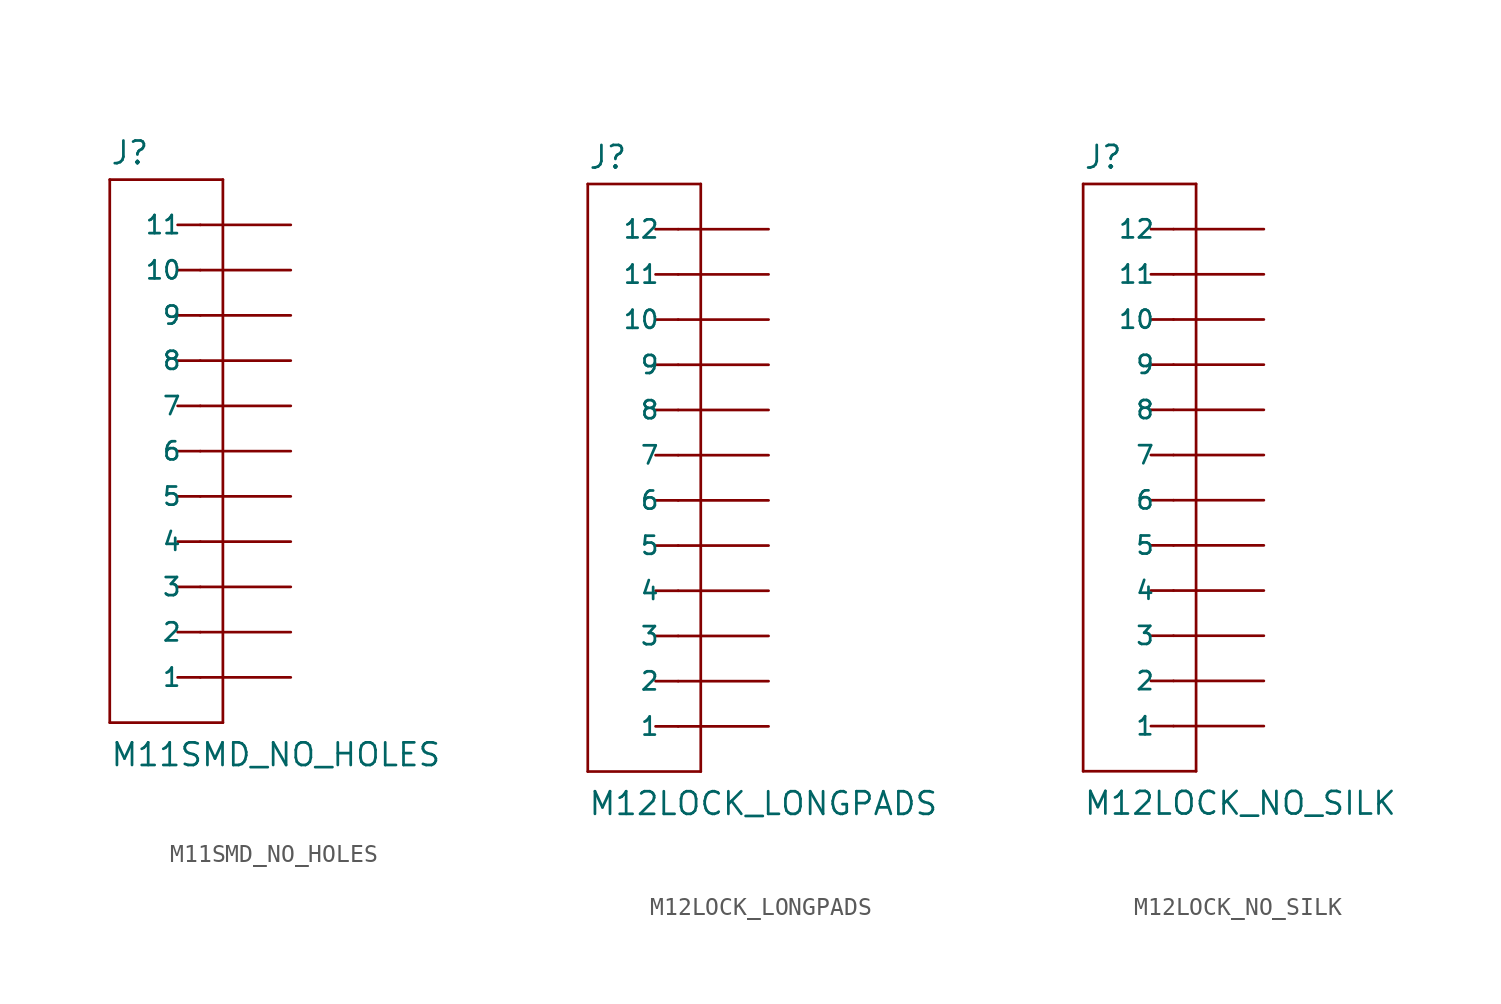
<source format=kicad_sym>
(kicad_symbol_lib
  (version 20211014)
  (generator kicad_symbol_editor)
  (symbol "M11SMD_NO_HOLES"
    (pin_numbers hide)
    (pin_names
      (offset 1.016))
    (property "Reference" "J"
      (at 0 16.002 0)
      (effects (font (size 1.27 1.27)) (justify left bottom)))
    (property "Value" "M11SMD_NO_HOLES"
      (at 0 -17.78 0)
      (effects (font (size 1.27 1.27)) (justify left bottom)))
    (property "Datasheet" ""
      (at 0 0 0)
      (effects (font (size 1.524 1.524))))
    (property "ki_locked" ""
      (at 0 0 0)
      (effects (font (size 1.27 1.27))))
    (symbol "M11SMD_NO_HOLES_1_0"
      (polyline (pts (xy 0 15.24) (xy 0 -15.24)) (stroke (width 0) (type default) (color 0 0 0 0)) (fill (type none)))
      (polyline (pts (xy 0 15.24) (xy 6.35 15.24)) (stroke (width 0) (type default) (color 0 0 0 0)) (fill (type none)))
      (polyline (pts (xy 3.81 -12.7) (xy 5.08 -12.7)) (stroke (width 0) (type default) (color 0 0 0 0)) (fill (type none)))
      (polyline (pts (xy 3.81 -10.16) (xy 5.08 -10.16)) (stroke (width 0) (type default) (color 0 0 0 0)) (fill (type none)))
      (polyline (pts (xy 3.81 -7.62) (xy 5.08 -7.62)) (stroke (width 0) (type default) (color 0 0 0 0)) (fill (type none)))
      (polyline (pts (xy 3.81 -5.08) (xy 5.08 -5.08)) (stroke (width 0) (type default) (color 0 0 0 0)) (fill (type none)))
      (polyline (pts (xy 3.81 -2.54) (xy 5.08 -2.54)) (stroke (width 0) (type default) (color 0 0 0 0)) (fill (type none)))
      (polyline (pts (xy 3.81 0) (xy 5.08 0)) (stroke (width 0) (type default) (color 0 0 0 0)) (fill (type none)))
      (polyline (pts (xy 3.81 2.54) (xy 5.08 2.54)) (stroke (width 0) (type default) (color 0 0 0 0)) (fill (type none)))
      (polyline (pts (xy 3.81 5.08) (xy 5.08 5.08)) (stroke (width 0) (type default) (color 0 0 0 0)) (fill (type none)))
      (polyline (pts (xy 3.81 7.62) (xy 5.08 7.62)) (stroke (width 0) (type default) (color 0 0 0 0)) (fill (type none)))
      (polyline (pts (xy 3.81 10.16) (xy 5.08 10.16)) (stroke (width 0) (type default) (color 0 0 0 0)) (fill (type none)))
      (polyline (pts (xy 3.81 12.7) (xy 5.08 12.7)) (stroke (width 0) (type default) (color 0 0 0 0)) (fill (type none)))
      (polyline (pts (xy 6.35 -15.24) (xy 0 -15.24)) (stroke (width 0) (type default) (color 0 0 0 0)) (fill (type none)))
      (polyline (pts (xy 6.35 -15.24) (xy 6.35 15.24)) (stroke (width 0) (type default) (color 0 0 0 0)) (fill (type none))))
    (symbol "M11SMD_NO_HOLES_1_1"
      (pin passive line (at 10.16 -12.7 180) (length 5.08) (name "1" (effects (font (size 1.016 1.016)))) (number "P$1" (effects (font (size 1.016 1.016)))))
      (pin passive line (at 10.16 10.16 180) (length 5.08) (name "10" (effects (font (size 1.016 1.016)))) (number "P$10" (effects (font (size 1.016 1.016)))))
      (pin passive line (at 10.16 12.7 180) (length 5.08) (name "11" (effects (font (size 1.016 1.016)))) (number "P$11" (effects (font (size 1.016 1.016)))))
      (pin passive line (at 10.16 -10.16 180) (length 5.08) (name "2" (effects (font (size 1.016 1.016)))) (number "P$2" (effects (font (size 1.016 1.016)))))
      (pin passive line (at 10.16 -7.62 180) (length 5.08) (name "3" (effects (font (size 1.016 1.016)))) (number "P$3" (effects (font (size 1.016 1.016)))))
      (pin passive line (at 10.16 -5.08 180) (length 5.08) (name "4" (effects (font (size 1.016 1.016)))) (number "P$4" (effects (font (size 1.016 1.016)))))
      (pin passive line (at 10.16 -2.54 180) (length 5.08) (name "5" (effects (font (size 1.016 1.016)))) (number "P$5" (effects (font (size 1.016 1.016)))))
      (pin passive line (at 10.16 0 180) (length 5.08) (name "6" (effects (font (size 1.016 1.016)))) (number "P$6" (effects (font (size 1.016 1.016)))))
      (pin passive line (at 10.16 2.54 180) (length 5.08) (name "7" (effects (font (size 1.016 1.016)))) (number "P$7" (effects (font (size 1.016 1.016)))))
      (pin passive line (at 10.16 5.08 180) (length 5.08) (name "8" (effects (font (size 1.016 1.016)))) (number "P$8" (effects (font (size 1.016 1.016)))))
      (pin passive line (at 10.16 7.62 180) (length 5.08) (name "9" (effects (font (size 1.016 1.016)))) (number "P$9" (effects (font (size 1.016 1.016)))))))
  (symbol "M12LOCK_LONGPADS"
    (pin_numbers hide)
    (pin_names
      (offset 1.016))
    (property "Reference" "J"
      (at 0 16.002 0)
      (effects (font (size 1.27 1.27)) (justify left bottom)))
    (property "Value" "M12LOCK_LONGPADS"
      (at 0 -20.32 0)
      (effects (font (size 1.27 1.27)) (justify left bottom)))
    (property "Datasheet" ""
      (at 0 0 0)
      (effects (font (size 1.524 1.524))))
    (property "ki_locked" ""
      (at 0 0 0)
      (effects (font (size 1.27 1.27))))
    (symbol "M12LOCK_LONGPADS_1_0"
      (polyline (pts (xy 0 15.24) (xy 0 -17.78)) (stroke (width 0) (type default) (color 0 0 0 0)) (fill (type none)))
      (polyline (pts (xy 0 15.24) (xy 6.35 15.24)) (stroke (width 0) (type default) (color 0 0 0 0)) (fill (type none)))
      (polyline (pts (xy 3.81 -15.24) (xy 5.08 -15.24)) (stroke (width 0) (type default) (color 0 0 0 0)) (fill (type none)))
      (polyline (pts (xy 3.81 -12.7) (xy 5.08 -12.7)) (stroke (width 0) (type default) (color 0 0 0 0)) (fill (type none)))
      (polyline (pts (xy 3.81 -10.16) (xy 5.08 -10.16)) (stroke (width 0) (type default) (color 0 0 0 0)) (fill (type none)))
      (polyline (pts (xy 3.81 -7.62) (xy 5.08 -7.62)) (stroke (width 0) (type default) (color 0 0 0 0)) (fill (type none)))
      (polyline (pts (xy 3.81 -5.08) (xy 5.08 -5.08)) (stroke (width 0) (type default) (color 0 0 0 0)) (fill (type none)))
      (polyline (pts (xy 3.81 -2.54) (xy 5.08 -2.54)) (stroke (width 0) (type default) (color 0 0 0 0)) (fill (type none)))
      (polyline (pts (xy 3.81 0) (xy 5.08 0)) (stroke (width 0) (type default) (color 0 0 0 0)) (fill (type none)))
      (polyline (pts (xy 3.81 2.54) (xy 5.08 2.54)) (stroke (width 0) (type default) (color 0 0 0 0)) (fill (type none)))
      (polyline (pts (xy 3.81 5.08) (xy 5.08 5.08)) (stroke (width 0) (type default) (color 0 0 0 0)) (fill (type none)))
      (polyline (pts (xy 3.81 7.62) (xy 5.08 7.62)) (stroke (width 0) (type default) (color 0 0 0 0)) (fill (type none)))
      (polyline (pts (xy 3.81 10.16) (xy 5.08 10.16)) (stroke (width 0) (type default) (color 0 0 0 0)) (fill (type none)))
      (polyline (pts (xy 3.81 12.7) (xy 5.08 12.7)) (stroke (width 0) (type default) (color 0 0 0 0)) (fill (type none)))
      (polyline (pts (xy 6.35 -17.78) (xy 0 -17.78)) (stroke (width 0) (type default) (color 0 0 0 0)) (fill (type none)))
      (polyline (pts (xy 6.35 -17.78) (xy 6.35 15.24)) (stroke (width 0) (type default) (color 0 0 0 0)) (fill (type none))))
    (symbol "M12LOCK_LONGPADS_1_1"
      (pin passive line (at 10.16 -15.24 180) (length 5.08) (name "1" (effects (font (size 1.016 1.016)))) (number "1" (effects (font (size 1.016 1.016)))))
      (pin passive line (at 10.16 7.62 180) (length 5.08) (name "10" (effects (font (size 1.016 1.016)))) (number "10" (effects (font (size 1.016 1.016)))))
      (pin passive line (at 10.16 10.16 180) (length 5.08) (name "11" (effects (font (size 1.016 1.016)))) (number "11" (effects (font (size 1.016 1.016)))))
      (pin passive line (at 10.16 12.7 180) (length 5.08) (name "12" (effects (font (size 1.016 1.016)))) (number "12" (effects (font (size 1.016 1.016)))))
      (pin passive line (at 10.16 -12.7 180) (length 5.08) (name "2" (effects (font (size 1.016 1.016)))) (number "2" (effects (font (size 1.016 1.016)))))
      (pin passive line (at 10.16 -10.16 180) (length 5.08) (name "3" (effects (font (size 1.016 1.016)))) (number "3" (effects (font (size 1.016 1.016)))))
      (pin passive line (at 10.16 -7.62 180) (length 5.08) (name "4" (effects (font (size 1.016 1.016)))) (number "4" (effects (font (size 1.016 1.016)))))
      (pin passive line (at 10.16 -5.08 180) (length 5.08) (name "5" (effects (font (size 1.016 1.016)))) (number "5" (effects (font (size 1.016 1.016)))))
      (pin passive line (at 10.16 -2.54 180) (length 5.08) (name "6" (effects (font (size 1.016 1.016)))) (number "6" (effects (font (size 1.016 1.016)))))
      (pin passive line (at 10.16 0 180) (length 5.08) (name "7" (effects (font (size 1.016 1.016)))) (number "7" (effects (font (size 1.016 1.016)))))
      (pin passive line (at 10.16 2.54 180) (length 5.08) (name "8" (effects (font (size 1.016 1.016)))) (number "8" (effects (font (size 1.016 1.016)))))
      (pin passive line (at 10.16 5.08 180) (length 5.08) (name "9" (effects (font (size 1.016 1.016)))) (number "9" (effects (font (size 1.016 1.016)))))))
  (symbol "M12LOCK_NO_SILK"
    (pin_numbers hide)
    (pin_names
      (offset 1.016))
    (property "Reference" "J"
      (at 0 16.002 0)
      (effects (font (size 1.27 1.27)) (justify left bottom)))
    (property "Value" "M12LOCK_NO_SILK"
      (at 0 -20.32 0)
      (effects (font (size 1.27 1.27)) (justify left bottom)))
    (property "Datasheet" ""
      (at 0 0 0)
      (effects (font (size 1.524 1.524))))
    (property "ki_locked" ""
      (at 0 0 0)
      (effects (font (size 1.27 1.27))))
    (symbol "M12LOCK_NO_SILK_1_0"
      (polyline (pts (xy 0 15.24) (xy 0 -17.78)) (stroke (width 0) (type default) (color 0 0 0 0)) (fill (type none)))
      (polyline (pts (xy 0 15.24) (xy 6.35 15.24)) (stroke (width 0) (type default) (color 0 0 0 0)) (fill (type none)))
      (polyline (pts (xy 3.81 -15.24) (xy 5.08 -15.24)) (stroke (width 0) (type default) (color 0 0 0 0)) (fill (type none)))
      (polyline (pts (xy 3.81 -12.7) (xy 5.08 -12.7)) (stroke (width 0) (type default) (color 0 0 0 0)) (fill (type none)))
      (polyline (pts (xy 3.81 -10.16) (xy 5.08 -10.16)) (stroke (width 0) (type default) (color 0 0 0 0)) (fill (type none)))
      (polyline (pts (xy 3.81 -7.62) (xy 5.08 -7.62)) (stroke (width 0) (type default) (color 0 0 0 0)) (fill (type none)))
      (polyline (pts (xy 3.81 -5.08) (xy 5.08 -5.08)) (stroke (width 0) (type default) (color 0 0 0 0)) (fill (type none)))
      (polyline (pts (xy 3.81 -2.54) (xy 5.08 -2.54)) (stroke (width 0) (type default) (color 0 0 0 0)) (fill (type none)))
      (polyline (pts (xy 3.81 0) (xy 5.08 0)) (stroke (width 0) (type default) (color 0 0 0 0)) (fill (type none)))
      (polyline (pts (xy 3.81 2.54) (xy 5.08 2.54)) (stroke (width 0) (type default) (color 0 0 0 0)) (fill (type none)))
      (polyline (pts (xy 3.81 5.08) (xy 5.08 5.08)) (stroke (width 0) (type default) (color 0 0 0 0)) (fill (type none)))
      (polyline (pts (xy 3.81 7.62) (xy 5.08 7.62)) (stroke (width 0) (type default) (color 0 0 0 0)) (fill (type none)))
      (polyline (pts (xy 3.81 10.16) (xy 5.08 10.16)) (stroke (width 0) (type default) (color 0 0 0 0)) (fill (type none)))
      (polyline (pts (xy 3.81 12.7) (xy 5.08 12.7)) (stroke (width 0) (type default) (color 0 0 0 0)) (fill (type none)))
      (polyline (pts (xy 6.35 -17.78) (xy 0 -17.78)) (stroke (width 0) (type default) (color 0 0 0 0)) (fill (type none)))
      (polyline (pts (xy 6.35 -17.78) (xy 6.35 15.24)) (stroke (width 0) (type default) (color 0 0 0 0)) (fill (type none))))
    (symbol "M12LOCK_NO_SILK_1_1"
      (pin passive line (at 10.16 -15.24 180) (length 5.08) (name "1" (effects (font (size 1.016 1.016)))) (number "1" (effects (font (size 1.016 1.016)))))
      (pin passive line (at 10.16 7.62 180) (length 5.08) (name "10" (effects (font (size 1.016 1.016)))) (number "10" (effects (font (size 1.016 1.016)))))
      (pin passive line (at 10.16 10.16 180) (length 5.08) (name "11" (effects (font (size 1.016 1.016)))) (number "11" (effects (font (size 1.016 1.016)))))
      (pin passive line (at 10.16 12.7 180) (length 5.08) (name "12" (effects (font (size 1.016 1.016)))) (number "12" (effects (font (size 1.016 1.016)))))
      (pin passive line (at 10.16 -12.7 180) (length 5.08) (name "2" (effects (font (size 1.016 1.016)))) (number "2" (effects (font (size 1.016 1.016)))))
      (pin passive line (at 10.16 -10.16 180) (length 5.08) (name "3" (effects (font (size 1.016 1.016)))) (number "3" (effects (font (size 1.016 1.016)))))
      (pin passive line (at 10.16 -7.62 180) (length 5.08) (name "4" (effects (font (size 1.016 1.016)))) (number "4" (effects (font (size 1.016 1.016)))))
      (pin passive line (at 10.16 -5.08 180) (length 5.08) (name "5" (effects (font (size 1.016 1.016)))) (number "5" (effects (font (size 1.016 1.016)))))
      (pin passive line (at 10.16 -2.54 180) (length 5.08) (name "6" (effects (font (size 1.016 1.016)))) (number "6" (effects (font (size 1.016 1.016)))))
      (pin passive line (at 10.16 0 180) (length 5.08) (name "7" (effects (font (size 1.016 1.016)))) (number "7" (effects (font (size 1.016 1.016)))))
      (pin passive line (at 10.16 2.54 180) (length 5.08) (name "8" (effects (font (size 1.016 1.016)))) (number "8" (effects (font (size 1.016 1.016)))))
      (pin passive line (at 10.16 5.08 180) (length 5.08) (name "9" (effects (font (size 1.016 1.016)))) (number "9" (effects (font (size 1.016 1.016))))))))
</source>
